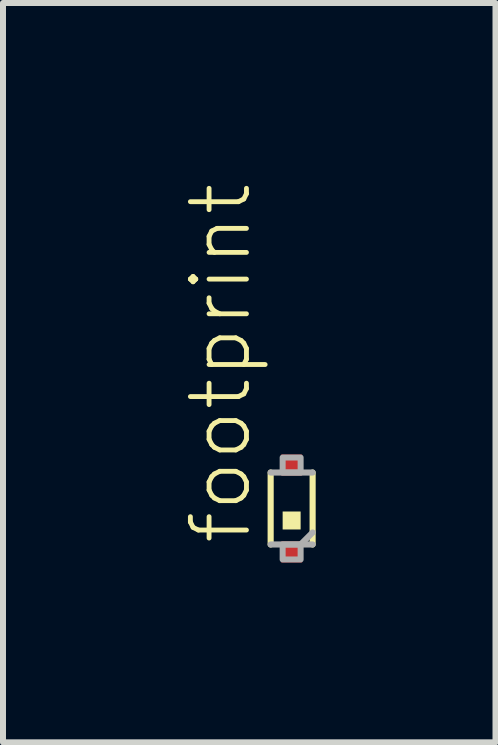
<source format=kicad_pcb>
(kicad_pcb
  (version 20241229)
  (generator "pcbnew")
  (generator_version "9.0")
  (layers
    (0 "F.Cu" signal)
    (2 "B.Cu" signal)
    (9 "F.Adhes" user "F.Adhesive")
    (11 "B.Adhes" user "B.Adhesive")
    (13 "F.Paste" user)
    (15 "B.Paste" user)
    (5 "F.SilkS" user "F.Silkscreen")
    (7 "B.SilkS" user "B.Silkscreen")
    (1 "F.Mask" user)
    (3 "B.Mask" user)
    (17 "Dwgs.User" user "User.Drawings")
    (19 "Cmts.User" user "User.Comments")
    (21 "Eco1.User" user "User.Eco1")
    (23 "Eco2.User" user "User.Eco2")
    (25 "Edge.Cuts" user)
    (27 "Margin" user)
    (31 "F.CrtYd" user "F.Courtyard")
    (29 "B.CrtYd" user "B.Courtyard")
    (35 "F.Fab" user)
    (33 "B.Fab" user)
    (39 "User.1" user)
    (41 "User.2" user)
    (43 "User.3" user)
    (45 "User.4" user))
  (footprint "footprint"
    (layer "F.Cu")
    (at 1.814 5.431)
    (property "Reference" "footprint" (at -0.635 0.635 90) (layer "F.SilkS") (effects (font (size 0.935 0.935) (thickness 0.081)) (justify left bottom)))
    (fp_line (start -0.35 0.6) (end -0.35 -0.6) (stroke (width 0.102) (type solid)) (layer "F.SilkS"))
    (fp_line (start 0.35 -0.6) (end 0.35 0.6) (stroke (width 0.102) (type solid)) (layer "F.SilkS"))
    (fp_poly (pts (xy -0.15 0.35) (xy 0.15 0.35) (xy 0.15 0.05) (xy -0.15 0.05)) (stroke (width 0) (type solid)) (fill yes) (layer "F.SilkS"))
    (fp_line (start -0.35 -0.6) (end 0.35 -0.6) (stroke (width 0.102) (type solid)) (layer "F.Fab"))
    (fp_line (start 0.35 0.4) (end 0.15 0.6) (stroke (width 0.102) (type solid)) (layer "F.Fab"))
    (fp_line (start 0.35 0.6) (end -0.35 0.6) (stroke (width 0.102) (type solid)) (layer "F.Fab"))
    (fp_poly (pts (xy -0.15 -0.6) (xy 0.15 -0.6) (xy 0.15 -0.85) (xy -0.15 -0.85)) (stroke (width 0.1) (type solid)) (fill no) (layer "F.Fab"))
    (fp_poly (pts (xy -0.15 0.85) (xy 0.15 0.85) (xy 0.15 0.6) (xy -0.15 0.6)) (stroke (width 0.1) (type solid)) (fill no) (layer "F.Fab"))
    (pad "A" smd rect (at 0 -0.725) (size 0.35 0.35) (layers "F.Cu" "F.Mask" "F.Paste"))
    (pad "B" smd rect (at 0 0.725) (size 0.35 0.35) (layers "F.Cu" "F.Mask" "F.Paste")))
  (gr_rect
    (start -3 -3)
    (end 5.214 9.331)
    (stroke (width 0.1) (type default))
    (fill no)
    (layer "Edge.Cuts")))
</source>
